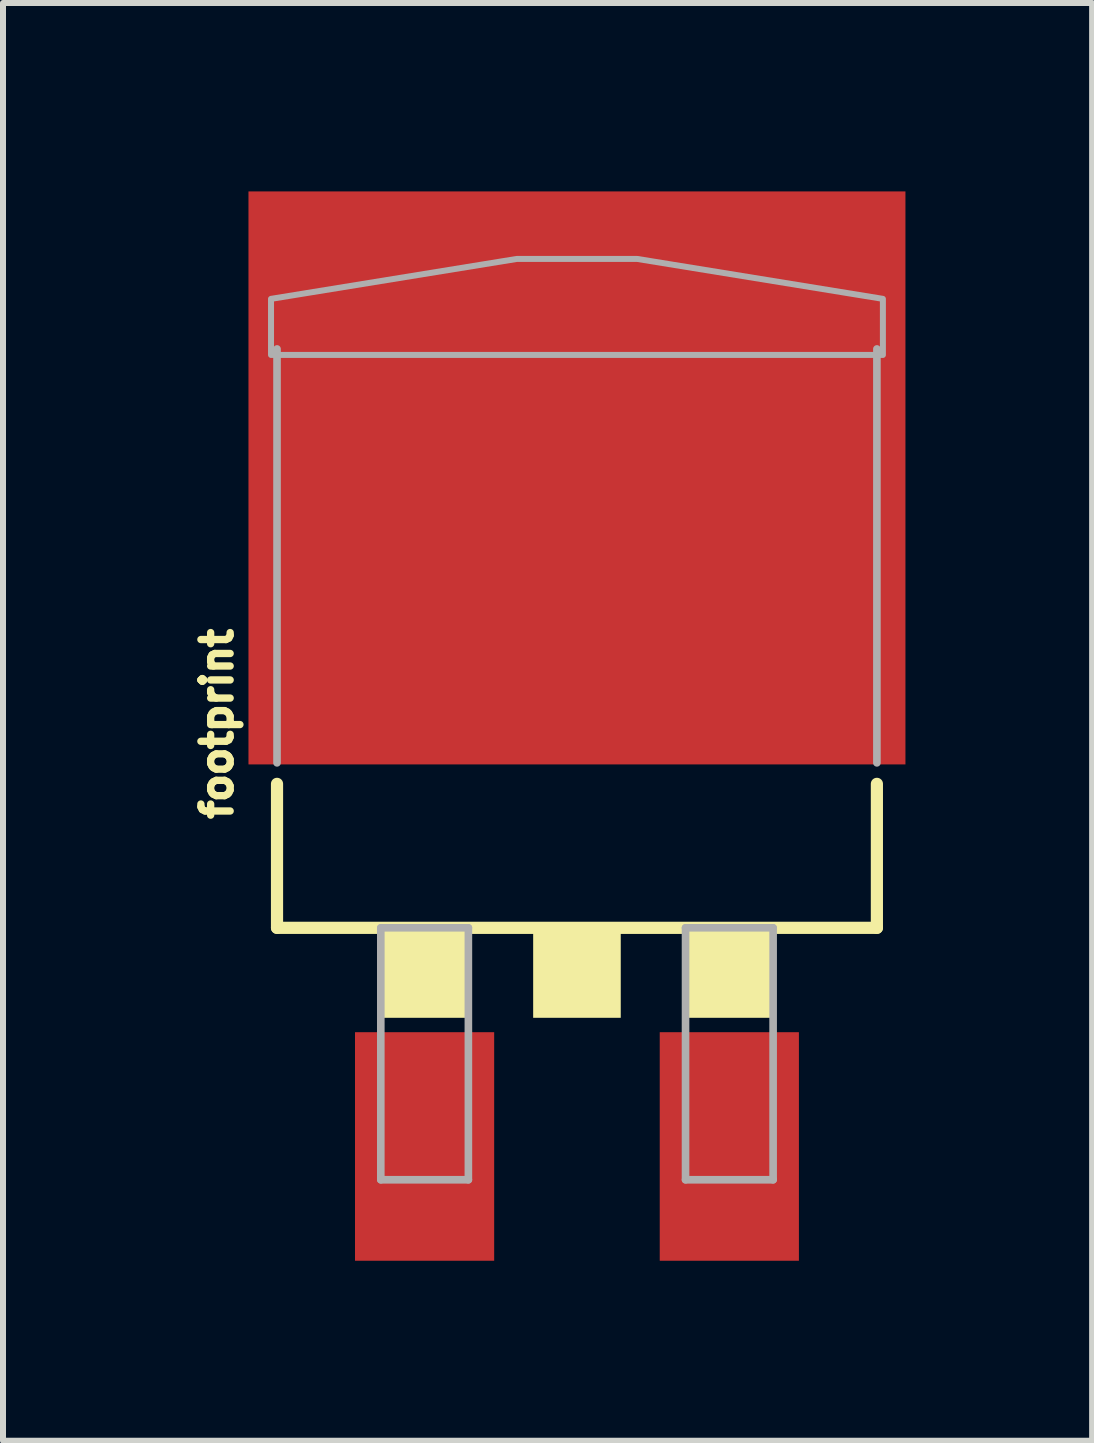
<source format=kicad_pcb>
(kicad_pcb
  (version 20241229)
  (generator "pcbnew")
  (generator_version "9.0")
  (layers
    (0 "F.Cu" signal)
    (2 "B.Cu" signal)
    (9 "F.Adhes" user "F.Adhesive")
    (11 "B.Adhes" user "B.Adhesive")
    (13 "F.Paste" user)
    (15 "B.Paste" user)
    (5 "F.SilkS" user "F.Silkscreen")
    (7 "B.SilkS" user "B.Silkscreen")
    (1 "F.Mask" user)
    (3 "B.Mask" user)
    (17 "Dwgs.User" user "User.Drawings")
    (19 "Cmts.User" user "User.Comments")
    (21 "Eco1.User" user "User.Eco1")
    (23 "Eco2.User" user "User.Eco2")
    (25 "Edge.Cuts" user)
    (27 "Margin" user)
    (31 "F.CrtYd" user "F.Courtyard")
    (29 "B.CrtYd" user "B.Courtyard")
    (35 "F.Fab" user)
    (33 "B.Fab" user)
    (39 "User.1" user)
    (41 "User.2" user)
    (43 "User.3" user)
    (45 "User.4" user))
  (footprint "footprint"
    (layer "F.Cu")
    (at 6.568 9.017)
    (property "Reference" "footprint" (at -5.715 0 90) (layer "F.SilkS") (effects (font (size 0.488 0.488) (thickness 0.122)) (justify bottom)))
    (fp_poly (pts (xy 5.476 0.676) (xy -5.476 0.676) (xy -5.476 -8.876) (xy 5.476 -8.876)) (stroke (width 0) (type solid)) (fill yes) (layer "F.Cu"))
    (fp_poly (pts (xy -5.588 0.762) (xy 5.588 0.762) (xy 5.588 -9.017) (xy -5.588 -9.017)) (stroke (width 0) (type solid)) (fill yes) (layer "F.Mask"))
    (fp_line (start -5 3.4) (end -5 1) (stroke (width 0.203) (type solid)) (layer "F.SilkS"))
    (fp_line (start 5 1) (end 5 3.4) (stroke (width 0.203) (type solid)) (layer "F.SilkS"))
    (fp_line (start 5 3.4) (end -5 3.4) (stroke (width 0.203) (type solid)) (layer "F.SilkS"))
    (fp_poly (pts (xy -3.27 4.9) (xy -1.81 4.9) (xy -1.81 3.4) (xy -3.27 3.4)) (stroke (width 0) (type solid)) (fill yes) (layer "F.SilkS"))
    (fp_poly (pts (xy -0.73 4.9) (xy 0.73 4.9) (xy 0.73 3.4) (xy -0.73 3.4)) (stroke (width 0) (type solid)) (fill yes) (layer "F.SilkS"))
    (fp_poly (pts (xy 1.81 4.9) (xy 3.27 4.9) (xy 3.27 3.4) (xy 1.81 3.4)) (stroke (width 0) (type solid)) (fill yes) (layer "F.SilkS"))
    (fp_poly (pts (xy -5 -5) (xy -3 -5) (xy -3 -8) (xy -5 -8)) (stroke (width 0) (type solid)) (fill yes) (layer "F.Paste"))
    (fp_poly (pts (xy -5 -2.5) (xy -3 -2.5) (xy -3 -4.5) (xy -5 -4.5)) (stroke (width 0) (type solid)) (fill yes) (layer "F.Paste"))
    (fp_poly (pts (xy -5 0) (xy -3 0) (xy -3 -2) (xy -5 -2)) (stroke (width 0) (type solid)) (fill yes) (layer "F.Paste"))
    (fp_poly (pts (xy -2.5 -5) (xy -0.5 -5) (xy -0.5 -8) (xy -2.5 -8)) (stroke (width 0) (type solid)) (fill yes) (layer "F.Paste"))
    (fp_poly (pts (xy -2.5 -2.5) (xy -0.5 -2.5) (xy -0.5 -4.5) (xy -2.5 -4.5)) (stroke (width 0) (type solid)) (fill yes) (layer "F.Paste"))
    (fp_poly (pts (xy -2.5 0) (xy -0.5 0) (xy -0.5 -2) (xy -2.5 -2)) (stroke (width 0) (type solid)) (fill yes) (layer "F.Paste"))
    (fp_poly (pts (xy 0.5 -5) (xy 2.5 -5) (xy 2.5 -8) (xy 0.5 -8)) (stroke (width 0) (type solid)) (fill yes) (layer "F.Paste"))
    (fp_poly (pts (xy 0.5 -2.5) (xy 2.5 -2.5) (xy 2.5 -4.5) (xy 0.5 -4.5)) (stroke (width 0) (type solid)) (fill yes) (layer "F.Paste"))
    (fp_poly (pts (xy 0.5 0) (xy 2.5 0) (xy 2.5 -2) (xy 0.5 -2)) (stroke (width 0) (type solid)) (fill yes) (layer "F.Paste"))
    (fp_poly (pts (xy 3 -5) (xy 5 -5) (xy 5 -8) (xy 3 -8)) (stroke (width 0) (type solid)) (fill yes) (layer "F.Paste"))
    (fp_poly (pts (xy 3 -2.5) (xy 5 -2.5) (xy 5 -4.5) (xy 3 -4.5)) (stroke (width 0) (type solid)) (fill yes) (layer "F.Paste"))
    (fp_poly (pts (xy 3 0) (xy 5 0) (xy 5 -2) (xy 3 -2)) (stroke (width 0) (type solid)) (fill yes) (layer "F.Paste"))
    (fp_line (start -5 -6.25) (end -5 0.65) (stroke (width 0.127) (type solid)) (layer "F.Fab"))
    (fp_line (start -3.27 3.4) (end -1.81 3.4) (stroke (width 0.127) (type solid)) (layer "F.Fab"))
    (fp_line (start -3.27 7.6) (end -3.27 3.4) (stroke (width 0.127) (type solid)) (layer "F.Fab"))
    (fp_line (start -1.81 3.4) (end -1.81 7.6) (stroke (width 0.127) (type solid)) (layer "F.Fab"))
    (fp_line (start -1.81 7.6) (end -3.27 7.6) (stroke (width 0.127) (type solid)) (layer "F.Fab"))
    (fp_line (start 1.81 3.4) (end 1.81 7.6) (stroke (width 0.127) (type solid)) (layer "F.Fab"))
    (fp_line (start 1.81 7.6) (end 3.27 7.6) (stroke (width 0.127) (type solid)) (layer "F.Fab"))
    (fp_line (start 3.27 3.4) (end 1.81 3.4) (stroke (width 0.127) (type solid)) (layer "F.Fab"))
    (fp_line (start 3.27 7.6) (end 3.27 3.4) (stroke (width 0.127) (type solid)) (layer "F.Fab"))
    (fp_line (start 5 0.65) (end 5 -6.25) (stroke (width 0.127) (type solid)) (layer "F.Fab"))
    (fp_poly (pts (xy -3.27 7.6) (xy -1.81 7.6) (xy -1.81 3.4) (xy -3.27 3.4)) (stroke (width 0.1) (type solid)) (fill no) (layer "F.Fab"))
    (fp_poly (pts (xy 1.81 7.6) (xy 3.27 7.6) (xy 3.27 3.4) (xy 1.81 3.4)) (stroke (width 0.1) (type solid)) (fill no) (layer "F.Fab"))
    (fp_poly (pts (xy 5.1 -7.085) (xy 5.1 -6.15) (xy -5.1 -6.15) (xy -5.1 -7.085) (xy -1.008 -7.75) (xy 1.008 -7.75)) (stroke (width 0.1) (type solid)) (fill no) (layer "F.Fab"))
    (pad "1" smd rect (at -2.54 7.045) (size 2.32 3.81) (layers "F.Cu" "F.Mask" "F.Paste"))
    (pad "2" smd rect (at 0 -2.125) (size 1 1) (layers "F.Cu"))
    (pad "3" smd rect (at 2.54 7.045) (size 2.32 3.81) (layers "F.Cu" "F.Mask" "F.Paste")))
  (gr_rect
    (start -3 -3)
    (end 15.156 20.967)
    (stroke (width 0.1) (type default))
    (fill no)
    (layer "Edge.Cuts")))
</source>
